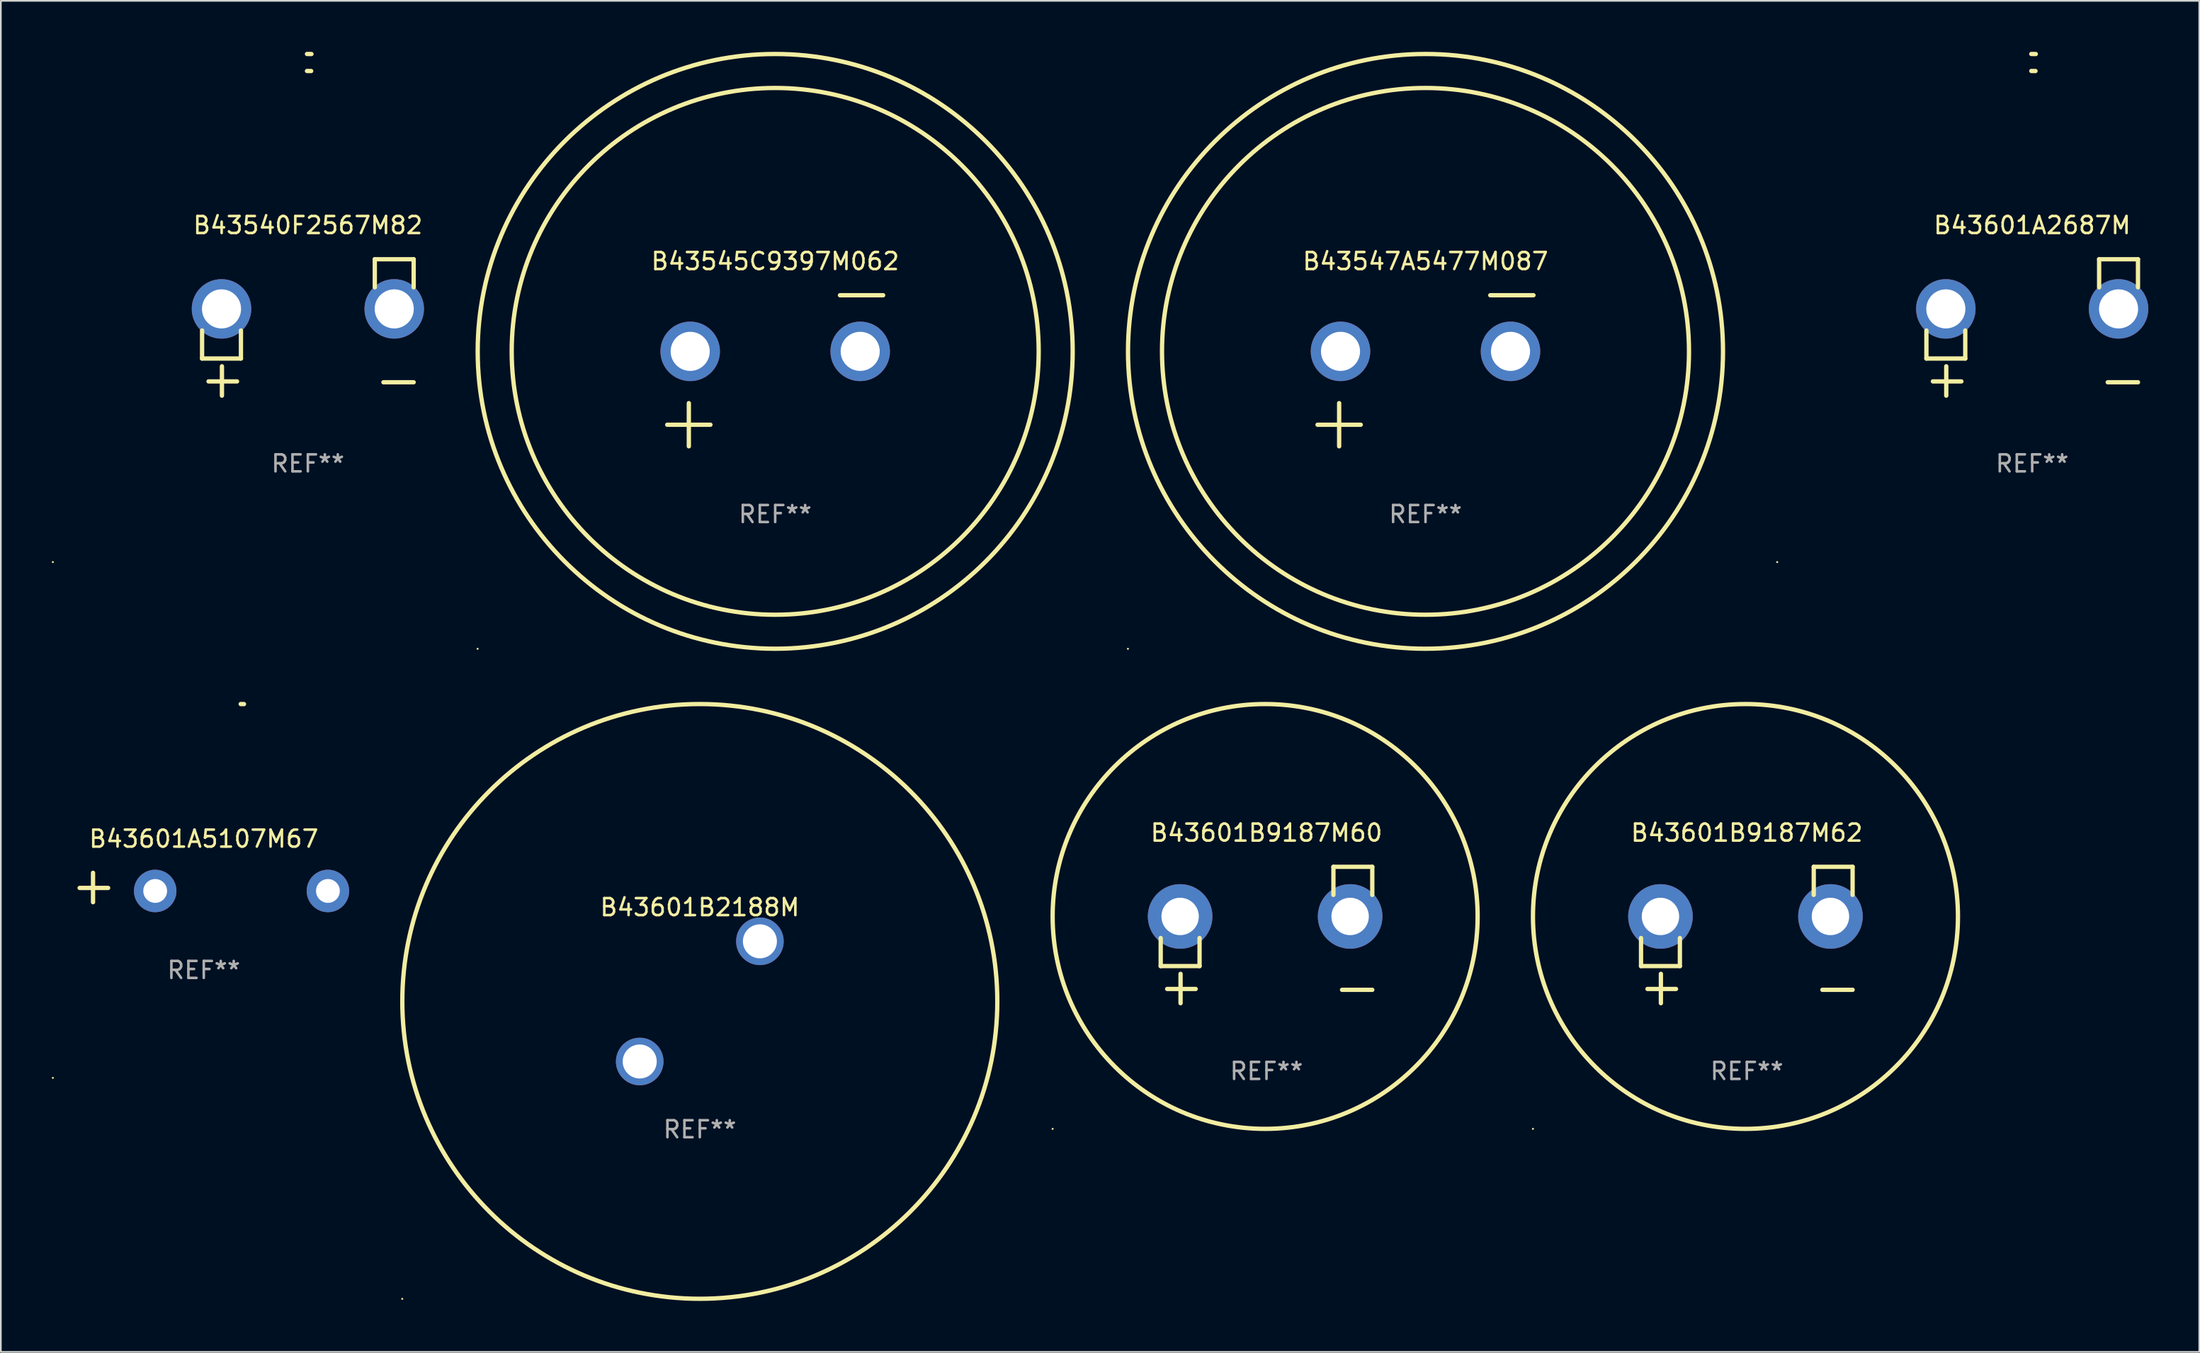
<source format=kicad_pcb>
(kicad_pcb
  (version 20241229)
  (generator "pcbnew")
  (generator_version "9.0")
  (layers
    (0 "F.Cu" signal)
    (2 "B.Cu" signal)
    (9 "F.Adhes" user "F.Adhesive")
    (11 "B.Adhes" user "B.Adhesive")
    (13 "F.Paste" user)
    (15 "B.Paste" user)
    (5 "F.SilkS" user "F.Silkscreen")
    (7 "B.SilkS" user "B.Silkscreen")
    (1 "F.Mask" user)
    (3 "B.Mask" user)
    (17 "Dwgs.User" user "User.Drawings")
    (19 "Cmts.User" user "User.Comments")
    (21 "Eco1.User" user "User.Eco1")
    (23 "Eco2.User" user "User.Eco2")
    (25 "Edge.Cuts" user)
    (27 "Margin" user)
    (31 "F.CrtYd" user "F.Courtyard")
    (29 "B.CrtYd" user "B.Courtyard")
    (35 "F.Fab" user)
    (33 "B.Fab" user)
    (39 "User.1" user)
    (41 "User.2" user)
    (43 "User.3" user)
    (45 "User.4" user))
  (footprint "B43601B9187M62"
    (layer "F.Cu")
    (at 99.705 51.974)
    (property "Reference" "B43601B9187M62" (at 0 -6.013 0) (layer "F.SilkS") (effects (font (size 1 1) (thickness 0.15))))
    (attr through_hole)
    (fp_line (start -6.223 0.178) (end -6.223 1.829) (stroke (width 0.254) (type solid)) (layer "F.SilkS"))
    (fp_line (start -6.223 1.829) (end -3.937 1.829) (stroke (width 0.254) (type solid)) (layer "F.SilkS"))
    (fp_line (start -5.055 4.013) (end -5.055 2.286) (stroke (width 0.254) (type solid)) (layer "F.SilkS"))
    (fp_line (start -4.166 3.175) (end -5.842 3.175) (stroke (width 0.254) (type solid)) (layer "F.SilkS"))
    (fp_line (start -3.937 1.829) (end -3.937 0.178) (stroke (width 0.254) (type solid)) (layer "F.SilkS"))
    (fp_line (start 3.937 -4.013) (end 3.937 -2.362) (stroke (width 0.254) (type solid)) (layer "F.SilkS"))
    (fp_line (start 6.223 -4.013) (end 3.937 -4.013) (stroke (width 0.254) (type solid)) (layer "F.SilkS"))
    (fp_line (start 6.223 -2.362) (end 6.223 -4.013) (stroke (width 0.254) (type solid)) (layer "F.SilkS"))
    (fp_line (start 6.223 3.226) (end 4.445 3.226) (stroke (width 0.254) (type solid)) (layer "F.SilkS"))
    (fp_circle (center -12.58 11.408) (end -12.55 11.408) (stroke (width 0.06) (type solid)) (fill no) (layer "F.SilkS"))
    (fp_circle (center -0.08 -1.092) (end 12.42 -1.092) (stroke (width 0.254) (type solid)) (fill no) (layer "F.SilkS"))
    (fp_text user "REF**" (at 0 8.013 0) (layer "F.Fab") (effects (font (size 1 1) (thickness 0.15))))
    (pad "1" thru_hole circle (at -5.08 -1.092) (size 3.8 3.8) (drill 2.2) (layers "*.Cu" "*.Mask"))
    (pad "2" thru_hole circle (at 4.92 -1.092) (size 3.8 3.8) (drill 2.2) (layers "*.Cu" "*.Mask")))
  (footprint "B43601A5107M67"
    (layer "F.Cu")
    (at 8.937 49.179)
    (property "Reference" "B43601A5107M67" (at 0 -2.864 0) (layer "F.SilkS") (effects (font (size 1 1) (thickness 0.15))))
    (attr through_hole)
    (fp_line (start -6.515 0.864) (end -6.515 -0.864) (stroke (width 0.254) (type solid)) (layer "F.SilkS"))
    (fp_line (start -5.626 0.025) (end -7.303 0.025) (stroke (width 0.254) (type solid)) (layer "F.SilkS"))
    (fp_arc (start 2.171704 -10.797562) (mid 2.268229 -10.796706) (end 2.364744 -10.795022) (stroke (width 0.254001) (type solid)) (layer "F.SilkS"))
    (fp_circle (center -8.877 11.202) (end -8.847 11.202) (stroke (width 0.06) (type solid)) (fill no) (layer "F.SilkS"))
    (fp_text user "REF**" (at 0 4.864 0) (layer "F.Fab") (effects (font (size 1 1) (thickness 0.15))))
    (pad "1" thru_hole circle (at -2.858 0.203) (size 2.5 2.5) (drill 1.4) (layers "*.Cu" "*.Mask"))
    (pad "2" thru_hole circle (at 7.303 0.203) (size 2.5 2.5) (drill 1.4) (layers "*.Cu" "*.Mask")))
  (footprint "B43540F2567M82"
    (layer "F.Cu")
    (at 15.06 16.22)
    (property "Reference" "B43540F2567M82" (at 0 -6.013 0) (layer "F.SilkS") (effects (font (size 1 1) (thickness 0.15))))
    (attr through_hole)
    (fp_line (start -6.223 0.178) (end -6.223 1.829) (stroke (width 0.254) (type solid)) (layer "F.SilkS"))
    (fp_line (start -6.223 1.829) (end -3.937 1.829) (stroke (width 0.254) (type solid)) (layer "F.SilkS"))
    (fp_line (start -5.055 4.013) (end -5.055 2.286) (stroke (width 0.254) (type solid)) (layer "F.SilkS"))
    (fp_line (start -4.166 3.175) (end -5.842 3.175) (stroke (width 0.254) (type solid)) (layer "F.SilkS"))
    (fp_line (start -3.937 1.829) (end -3.937 0.178) (stroke (width 0.254) (type solid)) (layer "F.SilkS"))
    (fp_line (start 3.937 -4.013) (end 3.937 -2.362) (stroke (width 0.254) (type solid)) (layer "F.SilkS"))
    (fp_line (start 6.223 -4.013) (end 3.937 -4.013) (stroke (width 0.254) (type solid)) (layer "F.SilkS"))
    (fp_line (start 6.223 -2.362) (end 6.223 -4.013) (stroke (width 0.254) (type solid)) (layer "F.SilkS"))
    (fp_line (start 6.223 3.226) (end 4.445 3.226) (stroke (width 0.254) (type solid)) (layer "F.SilkS"))
    (fp_arc (start -0.0508 -16.093472) (mid 0.080016 -16.092762) (end 0.210821 -16.090932) (stroke (width 0.254001) (type solid)) (layer "F.SilkS"))
    (fp_arc (start -0.0508 -15.09271) (mid 0.071125 -15.091961) (end 0.19304 -15.09017) (stroke (width 0.254001) (type solid)) (layer "F.SilkS"))
    (fp_circle (center -15 13.808) (end -14.97 13.808) (stroke (width 0.06) (type solid)) (fill no) (layer "F.SilkS"))
    (fp_text user "REF**" (at 0 8.013 0) (layer "F.Fab") (effects (font (size 1 1) (thickness 0.15))))
    (pad "1" thru_hole circle (at -5.08 -1.092) (size 3.5 3.5) (drill 2.3) (layers "*.Cu" "*.Mask"))
    (pad "2" thru_hole circle (at 5.08 -1.092) (size 3.5 3.5) (drill 2.3) (layers "*.Cu" "*.Mask")))
  (footprint "B43545C9397M062"
    (layer "F.Cu")
    (at 42.55 18.77)
    (property "Reference" "B43545C9397M062" (at 0 -6.445 0) (layer "F.SilkS") (effects (font (size 1 1) (thickness 0.15))))
    (attr through_hole)
    (fp_line (start -6.35 3.175) (end -3.81 3.175) (stroke (width 0.254) (type solid)) (layer "F.SilkS"))
    (fp_line (start -5.08 1.905) (end -5.08 4.445) (stroke (width 0.254) (type solid)) (layer "F.SilkS"))
    (fp_line (start 3.81 -4.445) (end 6.35 -4.445) (stroke (width 0.254) (type solid)) (layer "F.SilkS"))
    (fp_circle (center -17.505 16.362) (end -17.475 16.362) (stroke (width 0.06) (type solid)) (fill no) (layer "F.SilkS"))
    (fp_circle (center 0 -1.143) (end 15.5 -1.143) (stroke (width 0.254) (type solid)) (fill no) (layer "F.SilkS"))
    (fp_circle (center 0 -1.143) (end 17.5 -1.143) (stroke (width 0.254) (type solid)) (fill no) (layer "F.SilkS"))
    (fp_text user "REF**" (at 0 8.445 0) (layer "F.Fab") (effects (font (size 1 1) (thickness 0.15))))
    (pad "1" thru_hole circle (at -5 -1.143) (size 3.5 3.5) (drill 2.3) (layers "*.Cu" "*.Mask"))
    (pad "2" thru_hole circle (at 5 -1.143) (size 3.5 3.5) (drill 2.3) (layers "*.Cu" "*.Mask")))
  (footprint "B43547A5477M087"
    (layer "F.Cu")
    (at 80.804 18.77)
    (property "Reference" "B43547A5477M087" (at 0 -6.445 0) (layer "F.SilkS") (effects (font (size 1 1) (thickness 0.15))))
    (attr through_hole)
    (fp_line (start -6.35 3.175) (end -3.81 3.175) (stroke (width 0.254) (type solid)) (layer "F.SilkS"))
    (fp_line (start -5.08 1.905) (end -5.08 4.445) (stroke (width 0.254) (type solid)) (layer "F.SilkS"))
    (fp_line (start 3.81 -4.445) (end 6.35 -4.445) (stroke (width 0.254) (type solid)) (layer "F.SilkS"))
    (fp_circle (center -17.505 16.362) (end -17.475 16.362) (stroke (width 0.06) (type solid)) (fill no) (layer "F.SilkS"))
    (fp_circle (center 0 -1.143) (end 15.5 -1.143) (stroke (width 0.254) (type solid)) (fill no) (layer "F.SilkS"))
    (fp_circle (center 0 -1.143) (end 17.5 -1.143) (stroke (width 0.254) (type solid)) (fill no) (layer "F.SilkS"))
    (fp_text user "REF**" (at 0 8.445 0) (layer "F.Fab") (effects (font (size 1 1) (thickness 0.15))))
    (pad "1" thru_hole circle (at -5 -1.143) (size 3.5 3.5) (drill 2.3) (layers "*.Cu" "*.Mask"))
    (pad "2" thru_hole circle (at 5 -1.143) (size 3.5 3.5) (drill 2.3) (layers "*.Cu" "*.Mask")))
  (footprint "B43601B9187M60"
    (layer "F.Cu")
    (at 71.45 51.974)
    (property "Reference" "B43601B9187M60" (at 0 -6.013 0) (layer "F.SilkS") (effects (font (size 1 1) (thickness 0.15))))
    (attr through_hole)
    (fp_line (start -6.223 0.178) (end -6.223 1.829) (stroke (width 0.254) (type solid)) (layer "F.SilkS"))
    (fp_line (start -6.223 1.829) (end -3.937 1.829) (stroke (width 0.254) (type solid)) (layer "F.SilkS"))
    (fp_line (start -5.055 4.013) (end -5.055 2.286) (stroke (width 0.254) (type solid)) (layer "F.SilkS"))
    (fp_line (start -4.166 3.175) (end -5.842 3.175) (stroke (width 0.254) (type solid)) (layer "F.SilkS"))
    (fp_line (start -3.937 1.829) (end -3.937 0.178) (stroke (width 0.254) (type solid)) (layer "F.SilkS"))
    (fp_line (start 3.937 -4.013) (end 3.937 -2.362) (stroke (width 0.254) (type solid)) (layer "F.SilkS"))
    (fp_line (start 6.223 -4.013) (end 3.937 -4.013) (stroke (width 0.254) (type solid)) (layer "F.SilkS"))
    (fp_line (start 6.223 -2.362) (end 6.223 -4.013) (stroke (width 0.254) (type solid)) (layer "F.SilkS"))
    (fp_line (start 6.223 3.226) (end 4.445 3.226) (stroke (width 0.254) (type solid)) (layer "F.SilkS"))
    (fp_circle (center -12.58 11.408) (end -12.55 11.408) (stroke (width 0.06) (type solid)) (fill no) (layer "F.SilkS"))
    (fp_circle (center -0.08 -1.092) (end 12.42 -1.092) (stroke (width 0.254) (type solid)) (fill no) (layer "F.SilkS"))
    (fp_text user "REF**" (at 0 8.013 0) (layer "F.Fab") (effects (font (size 1 1) (thickness 0.15))))
    (pad "1" thru_hole circle (at -5.08 -1.092) (size 3.8 3.8) (drill 2.2) (layers "*.Cu" "*.Mask"))
    (pad "2" thru_hole circle (at 4.92 -1.092) (size 3.8 3.8) (drill 2.2) (layers "*.Cu" "*.Mask")))
  (footprint "B43601B2188M"
    (layer "F.Cu")
    (at 38.116 55.882)
    (property "Reference" "B43601B2188M" (at 0 -5.536 0) (layer "F.SilkS") (effects (font (size 1 1) (thickness 0.15))))
    (attr through_hole)
    (fp_circle (center -17.505 17.505) (end -17.475 17.505) (stroke (width 0.06) (type solid)) (fill no) (layer "F.SilkS"))
    (fp_circle (center 0 -0.000127) (end 17.5 -0.000127) (stroke (width 0.254) (type solid)) (fill no) (layer "F.SilkS"))
    (fp_text user "REF**" (at 0 7.536 0) (layer "F.Fab") (effects (font (size 1 1) (thickness 0.15))))
    (pad "1" thru_hole circle (at -3.535 3.536) (size 2.8 2.8) (drill 2) (layers "*.Cu" "*.Mask"))
    (pad "2" thru_hole circle (at 3.535 -3.536) (size 2.8 2.8) (drill 2) (layers "*.Cu" "*.Mask")))
  (footprint "B43601A2687M"
    (layer "F.Cu")
    (at 116.492 16.22)
    (property "Reference" "B43601A2687M" (at 0 -6.013 0) (layer "F.SilkS") (effects (font (size 1 1) (thickness 0.15))))
    (attr through_hole)
    (fp_line (start -6.223 0.178) (end -6.223 1.829) (stroke (width 0.254) (type solid)) (layer "F.SilkS"))
    (fp_line (start -6.223 1.829) (end -3.937 1.829) (stroke (width 0.254) (type solid)) (layer "F.SilkS"))
    (fp_line (start -5.055 4.013) (end -5.055 2.286) (stroke (width 0.254) (type solid)) (layer "F.SilkS"))
    (fp_line (start -4.166 3.175) (end -5.842 3.175) (stroke (width 0.254) (type solid)) (layer "F.SilkS"))
    (fp_line (start -3.937 1.829) (end -3.937 0.178) (stroke (width 0.254) (type solid)) (layer "F.SilkS"))
    (fp_line (start 3.937 -4.013) (end 3.937 -2.362) (stroke (width 0.254) (type solid)) (layer "F.SilkS"))
    (fp_line (start 6.223 -4.013) (end 3.937 -4.013) (stroke (width 0.254) (type solid)) (layer "F.SilkS"))
    (fp_line (start 6.223 -2.362) (end 6.223 -4.013) (stroke (width 0.254) (type solid)) (layer "F.SilkS"))
    (fp_line (start 6.223 3.226) (end 4.445 3.226) (stroke (width 0.254) (type solid)) (layer "F.SilkS"))
    (fp_arc (start -0.0508 -16.093472) (mid 0.080016 -16.092762) (end 0.210821 -16.090932) (stroke (width 0.254001) (type solid)) (layer "F.SilkS"))
    (fp_arc (start -0.0508 -15.09271) (mid 0.071125 -15.091961) (end 0.19304 -15.09017) (stroke (width 0.254001) (type solid)) (layer "F.SilkS"))
    (fp_circle (center -15 13.808) (end -14.97 13.808) (stroke (width 0.06) (type solid)) (fill no) (layer "F.SilkS"))
    (fp_text user "REF**" (at 0 8.013 0) (layer "F.Fab") (effects (font (size 1 1) (thickness 0.15))))
    (pad "1" thru_hole circle (at -5.08 -1.092) (size 3.5 3.5) (drill 2.3) (layers "*.Cu" "*.Mask"))
    (pad "2" thru_hole circle (at 5.08 -1.092) (size 3.5 3.5) (drill 2.3) (layers "*.Cu" "*.Mask")))
  (gr_rect
    (start -3 -3)
    (end 126.322 76.509)
    (stroke (width 0.1) (type default))
    (fill no)
    (layer "Edge.Cuts")))
</source>
